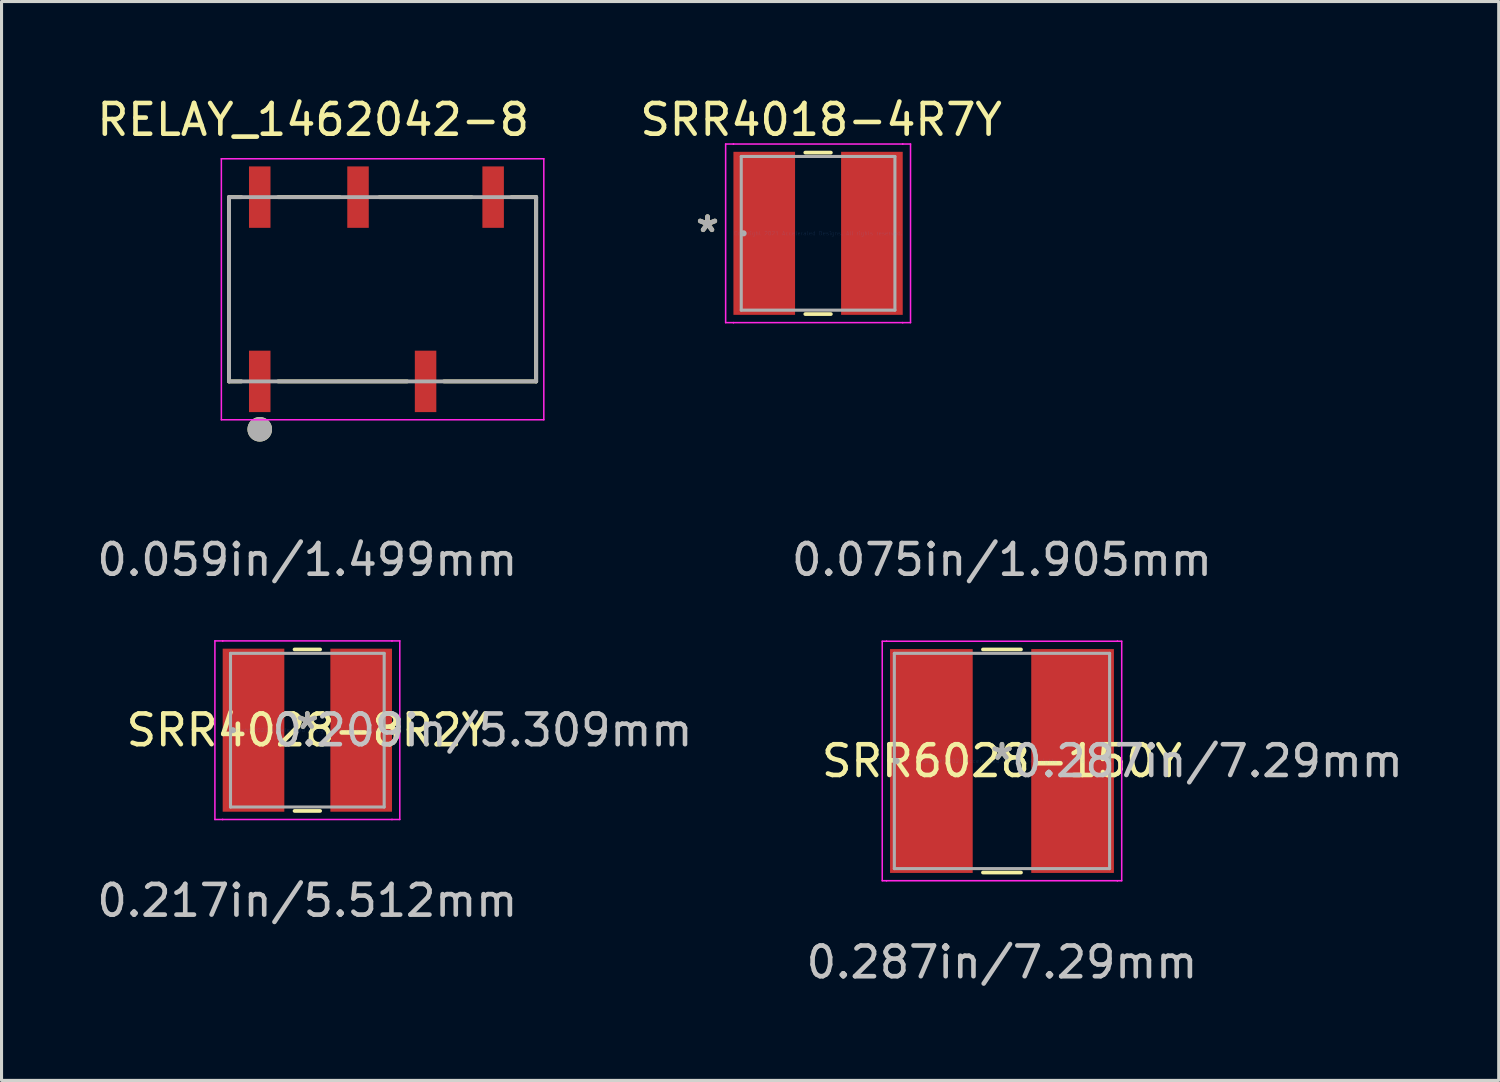
<source format=kicad_pcb>
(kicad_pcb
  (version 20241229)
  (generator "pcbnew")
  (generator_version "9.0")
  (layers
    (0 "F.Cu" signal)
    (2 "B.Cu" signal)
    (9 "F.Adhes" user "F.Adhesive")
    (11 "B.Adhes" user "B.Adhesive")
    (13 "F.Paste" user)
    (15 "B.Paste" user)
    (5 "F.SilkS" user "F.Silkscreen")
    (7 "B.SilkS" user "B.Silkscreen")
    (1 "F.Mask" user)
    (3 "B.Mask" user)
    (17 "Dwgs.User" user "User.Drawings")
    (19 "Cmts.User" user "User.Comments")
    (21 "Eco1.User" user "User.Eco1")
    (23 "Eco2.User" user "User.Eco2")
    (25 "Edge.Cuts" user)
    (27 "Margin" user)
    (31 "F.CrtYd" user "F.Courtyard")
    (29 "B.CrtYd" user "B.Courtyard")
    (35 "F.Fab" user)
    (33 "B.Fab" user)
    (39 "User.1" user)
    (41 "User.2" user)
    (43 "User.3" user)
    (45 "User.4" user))
  (footprint "SRR4018-4R7Y"
    (layer "F.Cu")
    (at 23.589 4.548)
    (property "Reference" "SRR4018-4R7Y" (at 0.1 -3.7 0) (layer "F.SilkS") (effects (font (size 1 1) (thickness 0.15))))
    (attr through_hole)
    (fp_line (start -0.417 2.629) (end 0.417 2.629) (stroke (width 0.12) (type solid)) (layer "F.SilkS"))
    (fp_line (start 0.417 -2.629) (end -0.417 -2.629) (stroke (width 0.12) (type solid)) (layer "F.SilkS"))
    (fp_line (start -3.01 -2.908) (end -2.756 -2.908) (stroke (width 0.05) (type solid)) (layer "F.CrtYd"))
    (fp_line (start -3.01 2.908) (end -3.01 -2.908) (stroke (width 0.05) (type solid)) (layer "F.CrtYd"))
    (fp_line (start -2.756 -2.908) (end -2.756 -2.908) (stroke (width 0.05) (type solid)) (layer "F.CrtYd"))
    (fp_line (start -2.756 -2.908) (end 2.756 -2.908) (stroke (width 0.05) (type solid)) (layer "F.CrtYd"))
    (fp_line (start -2.756 2.908) (end -3.01 2.908) (stroke (width 0.05) (type solid)) (layer "F.CrtYd"))
    (fp_line (start -2.756 2.908) (end -2.756 2.908) (stroke (width 0.05) (type solid)) (layer "F.CrtYd"))
    (fp_line (start 2.756 -2.908) (end 2.756 -2.908) (stroke (width 0.05) (type solid)) (layer "F.CrtYd"))
    (fp_line (start 2.756 -2.908) (end 3.01 -2.908) (stroke (width 0.05) (type solid)) (layer "F.CrtYd"))
    (fp_line (start 2.756 2.908) (end -2.756 2.908) (stroke (width 0.05) (type solid)) (layer "F.CrtYd"))
    (fp_line (start 2.756 2.908) (end 2.756 2.908) (stroke (width 0.05) (type solid)) (layer "F.CrtYd"))
    (fp_line (start 3.01 -2.908) (end 3.01 2.908) (stroke (width 0.05) (type solid)) (layer "F.CrtYd"))
    (fp_line (start 3.01 2.908) (end 2.756 2.908) (stroke (width 0.05) (type solid)) (layer "F.CrtYd"))
    (fp_line (start -2.502 -2.502) (end -2.502 2.502) (stroke (width 0.1) (type solid)) (layer "F.Fab"))
    (fp_line (start -2.502 2.502) (end 2.502 2.502) (stroke (width 0.1) (type solid)) (layer "F.Fab"))
    (fp_line (start 2.502 -2.502) (end -2.502 -2.502) (stroke (width 0.1) (type solid)) (layer "F.Fab"))
    (fp_line (start 2.502 2.502) (end 2.502 -2.502) (stroke (width 0.1) (type solid)) (layer "F.Fab"))
    (fp_circle (center -2.426 0) (end -2.426 0) (stroke (width 0.1) (type solid)) (fill no) (layer "F.Fab"))
    (fp_text user "*" (at -3.6 0 0) (layer "F.SilkS") (effects (font (size 1 1) (thickness 0.15))))
    (fp_text user "Copyright 2021 Accelerated Designs. All rights reserved." (at 0 0 0) (layer "Cmts.User") (effects (font (size 0.127 0.127) (thickness 0.002))))
    (fp_text user "*" (at -3.6 0 0) (layer "F.Fab") (effects (font (size 1 1) (thickness 0.15))))
    (pad "1" smd rect (at -1.753 0) (size 2.007 5.309) (layers "F.Cu" "F.Mask" "F.Paste"))
    (pad "2" smd rect (at 1.753 0) (size 2.007 5.309) (layers "F.Cu" "F.Mask" "F.Paste")))
  (footprint "RELAY_1462042-8"
    (layer "F.Cu")
    (at 9.408 6.369)
    (property "Reference" "RELAY_1462042-8" (at -2.259 -5.521 0) (layer "F.SilkS") (effects (font (size 1 1) (thickness 0.15))))
    (attr through_hole)
    (fp_line (start -5 -3) (end -5 3) (stroke (width 0.127) (type solid)) (layer "F.SilkS"))
    (fp_line (start -5 3) (end -4.6 3) (stroke (width 0.127) (type solid)) (layer "F.SilkS"))
    (fp_line (start -4.6 -3) (end -5 -3) (stroke (width 0.127) (type solid)) (layer "F.SilkS"))
    (fp_line (start -3.4 -3) (end -1.4 -3) (stroke (width 0.127) (type solid)) (layer "F.SilkS"))
    (fp_line (start -3.4 3) (end 0.8 3) (stroke (width 0.127) (type solid)) (layer "F.SilkS"))
    (fp_line (start -0.1 -3) (end 2.9 -3) (stroke (width 0.127) (type solid)) (layer "F.SilkS"))
    (fp_line (start 2 3) (end 5 3) (stroke (width 0.127) (type solid)) (layer "F.SilkS"))
    (fp_line (start 4.2 -3) (end 5 -3) (stroke (width 0.127) (type solid)) (layer "F.SilkS"))
    (fp_line (start 5 3) (end 5 -3) (stroke (width 0.127) (type solid)) (layer "F.SilkS"))
    (fp_circle (center -4 4.56) (end -3.8 4.56) (stroke (width 0.4) (type solid)) (fill no) (layer "F.SilkS"))
    (fp_line (start -5.25 -4.25) (end -5.25 4.25) (stroke (width 0.05) (type solid)) (layer "F.CrtYd"))
    (fp_line (start -5.25 4.25) (end 5.25 4.25) (stroke (width 0.05) (type solid)) (layer "F.CrtYd"))
    (fp_line (start 5.25 -4.25) (end -5.25 -4.25) (stroke (width 0.05) (type solid)) (layer "F.CrtYd"))
    (fp_line (start 5.25 4.25) (end 5.25 -4.25) (stroke (width 0.05) (type solid)) (layer "F.CrtYd"))
    (fp_line (start -5 -3) (end -5 3) (stroke (width 0.127) (type solid)) (layer "F.Fab"))
    (fp_line (start -5 3) (end 5 3) (stroke (width 0.127) (type solid)) (layer "F.Fab"))
    (fp_line (start 5 -3) (end -5 -3) (stroke (width 0.127) (type solid)) (layer "F.Fab"))
    (fp_line (start 5 3) (end 5 -3) (stroke (width 0.127) (type solid)) (layer "F.Fab"))
    (fp_circle (center -4 4.56) (end -3.8 4.56) (stroke (width 0.4) (type solid)) (fill no) (layer "F.Fab"))
    (pad "1" smd rect (at -4 3) (size 0.7 2) (layers "F.Cu" "F.Mask" "F.Paste"))
    (pad "3" smd rect (at 1.4 3) (size 0.7 2) (layers "F.Cu" "F.Mask" "F.Paste"))
    (pad "5" smd rect (at 3.6 -3) (size 0.7 2) (layers "F.Cu" "F.Mask" "F.Paste"))
    (pad "7" smd rect (at -0.8 -3) (size 0.7 2) (layers "F.Cu" "F.Mask" "F.Paste"))
    (pad "8" smd rect (at -4 -3) (size 0.7 2) (layers "F.Cu" "F.Mask" "F.Paste")))
  (footprint "SRR4028-8R2Y"
    (layer "F.Cu")
    (at 6.958 20.727)
    (property "Reference" "SRR4028-8R2Y" (at 0 0 0) (layer "F.SilkS") (effects (font (size 1 1) (thickness 0.15))))
    (attr through_hole)
    (fp_line (start -0.417 2.629) (end 0.417 2.629) (stroke (width 0.12) (type solid)) (layer "F.SilkS"))
    (fp_line (start 0.417 -2.629) (end -0.417 -2.629) (stroke (width 0.12) (type solid)) (layer "F.SilkS"))
    (fp_line (start -3.01 -2.908) (end -2.756 -2.908) (stroke (width 0.05) (type solid)) (layer "F.CrtYd"))
    (fp_line (start -3.01 2.908) (end -3.01 -2.908) (stroke (width 0.05) (type solid)) (layer "F.CrtYd"))
    (fp_line (start -2.756 -2.908) (end -2.756 -2.908) (stroke (width 0.05) (type solid)) (layer "F.CrtYd"))
    (fp_line (start -2.756 -2.908) (end 2.756 -2.908) (stroke (width 0.05) (type solid)) (layer "F.CrtYd"))
    (fp_line (start -2.756 2.908) (end -3.01 2.908) (stroke (width 0.05) (type solid)) (layer "F.CrtYd"))
    (fp_line (start -2.756 2.908) (end -2.756 2.908) (stroke (width 0.05) (type solid)) (layer "F.CrtYd"))
    (fp_line (start 2.756 -2.908) (end 2.756 -2.908) (stroke (width 0.05) (type solid)) (layer "F.CrtYd"))
    (fp_line (start 2.756 -2.908) (end 3.01 -2.908) (stroke (width 0.05) (type solid)) (layer "F.CrtYd"))
    (fp_line (start 2.756 2.908) (end -2.756 2.908) (stroke (width 0.05) (type solid)) (layer "F.CrtYd"))
    (fp_line (start 2.756 2.908) (end 2.756 2.908) (stroke (width 0.05) (type solid)) (layer "F.CrtYd"))
    (fp_line (start 3.01 -2.908) (end 3.01 2.908) (stroke (width 0.05) (type solid)) (layer "F.CrtYd"))
    (fp_line (start 3.01 2.908) (end 2.756 2.908) (stroke (width 0.05) (type solid)) (layer "F.CrtYd"))
    (fp_line (start -2.502 -2.502) (end -2.502 2.502) (stroke (width 0.1) (type solid)) (layer "F.Fab"))
    (fp_line (start -2.502 2.502) (end 2.502 2.502) (stroke (width 0.1) (type solid)) (layer "F.Fab"))
    (fp_line (start 2.502 -2.502) (end -2.502 -2.502) (stroke (width 0.1) (type solid)) (layer "F.Fab"))
    (fp_line (start 2.502 2.502) (end 2.502 -2.502) (stroke (width 0.1) (type solid)) (layer "F.Fab"))
    (fp_circle (center -2.426 0) (end -2.426 0) (stroke (width 0.1) (type solid)) (fill no) (layer "F.Fab"))
    (fp_text user "*" (at 0 0 0) (layer "F.SilkS") (effects (font (size 1 1) (thickness 0.15))))
    (fp_text user "0.209in/5.309mm" (at 5.702 0 0) (layer "Dwgs.User") (effects (font (size 1 1) (thickness 0.15))))
    (fp_text user "0.059in/1.499mm" (at 0 -5.55 0) (layer "Dwgs.User") (effects (font (size 1 1) (thickness 0.15))))
    (fp_text user "0.217in/5.512mm" (at 0 5.55 0) (layer "Dwgs.User") (effects (font (size 1 1) (thickness 0.15))))
    (fp_text user "Copyright 2021 Accelerated Designs. All rights reserved." (at 0 0 0) (layer "Cmts.User") (effects (font (size 0.127 0.127) (thickness 0.002))))
    (fp_text user "*" (at 0 0 0) (layer "F.Fab") (effects (font (size 1 1) (thickness 0.15))))
    (pad "1" smd rect (at -1.753 0) (size 2.007 5.309) (layers "F.Cu" "F.Mask" "F.Paste"))
    (pad "2" smd rect (at 1.753 0) (size 2.007 5.309) (layers "F.Cu" "F.Mask" "F.Paste")))
  (footprint "SRR6028-150Y"
    (layer "F.Cu")
    (at 29.577 21.73)
    (property "Reference" "SRR6028-150Y" (at 0 0 0) (layer "F.SilkS") (effects (font (size 1 1) (thickness 0.15))))
    (attr through_hole)
    (fp_line (start -0.62 3.632) (end 0.62 3.632) (stroke (width 0.12) (type solid)) (layer "F.SilkS"))
    (fp_line (start 0.62 -3.632) (end -0.62 -3.632) (stroke (width 0.12) (type solid)) (layer "F.SilkS"))
    (fp_line (start -3.899 -3.899) (end -3.759 -3.899) (stroke (width 0.05) (type solid)) (layer "F.CrtYd"))
    (fp_line (start -3.899 3.899) (end -3.899 -3.899) (stroke (width 0.05) (type solid)) (layer "F.CrtYd"))
    (fp_line (start -3.759 -3.899) (end -3.759 -3.899) (stroke (width 0.05) (type solid)) (layer "F.CrtYd"))
    (fp_line (start -3.759 -3.899) (end 3.759 -3.899) (stroke (width 0.05) (type solid)) (layer "F.CrtYd"))
    (fp_line (start -3.759 3.899) (end -3.899 3.899) (stroke (width 0.05) (type solid)) (layer "F.CrtYd"))
    (fp_line (start -3.759 3.899) (end -3.759 3.899) (stroke (width 0.05) (type solid)) (layer "F.CrtYd"))
    (fp_line (start 3.759 -3.899) (end 3.759 -3.899) (stroke (width 0.05) (type solid)) (layer "F.CrtYd"))
    (fp_line (start 3.759 -3.899) (end 3.899 -3.899) (stroke (width 0.05) (type solid)) (layer "F.CrtYd"))
    (fp_line (start 3.759 3.899) (end -3.759 3.899) (stroke (width 0.05) (type solid)) (layer "F.CrtYd"))
    (fp_line (start 3.759 3.899) (end 3.759 3.899) (stroke (width 0.05) (type solid)) (layer "F.CrtYd"))
    (fp_line (start 3.899 -3.899) (end 3.899 3.899) (stroke (width 0.05) (type solid)) (layer "F.CrtYd"))
    (fp_line (start 3.899 3.899) (end 3.759 3.899) (stroke (width 0.05) (type solid)) (layer "F.CrtYd"))
    (fp_line (start -3.505 -3.505) (end -3.505 3.505) (stroke (width 0.1) (type solid)) (layer "F.Fab"))
    (fp_line (start -3.505 3.505) (end 3.505 3.505) (stroke (width 0.1) (type solid)) (layer "F.Fab"))
    (fp_line (start 3.505 -3.505) (end -3.505 -3.505) (stroke (width 0.1) (type solid)) (layer "F.Fab"))
    (fp_line (start 3.505 3.505) (end 3.505 -3.505) (stroke (width 0.1) (type solid)) (layer "F.Fab"))
    (fp_circle (center -3.429 0) (end -3.429 0) (stroke (width 0.1) (type solid)) (fill no) (layer "F.Fab"))
    (fp_text user "*" (at 0 0 0) (layer "F.SilkS") (effects (font (size 1 1) (thickness 0.15))))
    (fp_text user "0.075in/1.905mm" (at 0 -6.553 0) (layer "Dwgs.User") (effects (font (size 1 1) (thickness 0.15))))
    (fp_text user "0.287in/7.29mm" (at 0 6.553 0) (layer "Dwgs.User") (effects (font (size 1 1) (thickness 0.15))))
    (fp_text user "0.287in/7.29mm" (at 6.693 0 0) (layer "Dwgs.User") (effects (font (size 1 1) (thickness 0.15))))
    (fp_text user "Copyright 2021 Accelerated Designs. All rights reserved." (at 0 0 0) (layer "Cmts.User") (effects (font (size 0.127 0.127) (thickness 0.002))))
    (fp_text user "*" (at 0 0 0) (layer "F.Fab") (effects (font (size 1 1) (thickness 0.15))))
    (pad "1" smd rect (at -2.299 0) (size 2.692 7.29) (layers "F.Cu" "F.Mask" "F.Paste"))
    (pad "2" smd rect (at 2.299 0) (size 2.692 7.29) (layers "F.Cu" "F.Mask" "F.Paste")))
  (gr_rect
    (start -3 -3)
    (end 45.752 32.132)
    (stroke (width 0.1) (type default))
    (fill no)
    (layer "Edge.Cuts")))
</source>
